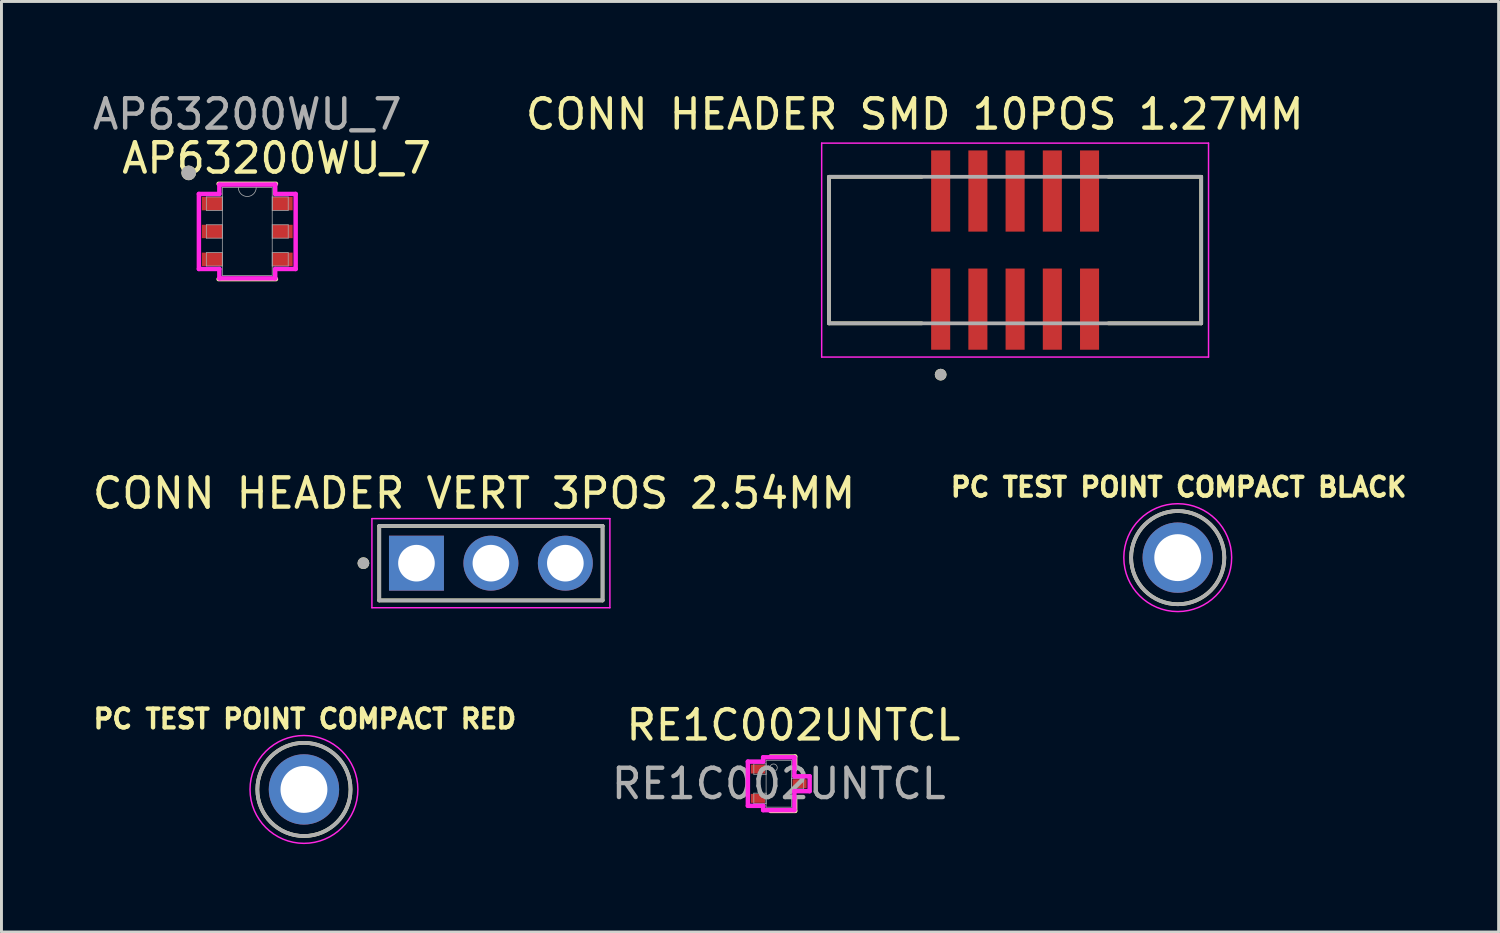
<source format=kicad_pcb>
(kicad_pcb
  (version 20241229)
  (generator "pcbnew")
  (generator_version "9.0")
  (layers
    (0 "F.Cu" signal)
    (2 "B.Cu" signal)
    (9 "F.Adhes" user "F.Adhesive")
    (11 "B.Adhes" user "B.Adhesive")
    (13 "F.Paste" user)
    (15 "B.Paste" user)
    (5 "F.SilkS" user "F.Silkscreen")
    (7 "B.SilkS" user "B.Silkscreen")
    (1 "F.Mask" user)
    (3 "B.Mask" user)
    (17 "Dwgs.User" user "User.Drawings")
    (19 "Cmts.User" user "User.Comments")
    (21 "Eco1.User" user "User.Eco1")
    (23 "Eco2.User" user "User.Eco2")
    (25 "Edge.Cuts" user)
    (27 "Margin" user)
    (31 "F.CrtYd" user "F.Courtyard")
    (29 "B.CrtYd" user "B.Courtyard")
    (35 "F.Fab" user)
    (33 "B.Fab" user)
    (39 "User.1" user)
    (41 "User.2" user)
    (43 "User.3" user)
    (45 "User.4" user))
  (footprint "CONN HEADER VERT 3POS 2.54MM"
    (layer "F.Cu")
    (at 13.7 16.166)
    (property "Reference" "CONN HEADER VERT 3POS 2.54MM" (at -0.575 -2.385 0) (layer "F.SilkS") (effects (font (size 1 1) (thickness 0.15))))
    (attr through_hole)
    (fp_line (start -3.81 -1.27) (end 3.81 -1.27) (stroke (width 0.127) (type solid)) (layer "F.SilkS"))
    (fp_line (start -3.81 1.27) (end -3.81 -1.27) (stroke (width 0.127) (type solid)) (layer "F.SilkS"))
    (fp_line (start 3.81 -1.27) (end 3.81 1.27) (stroke (width 0.127) (type solid)) (layer "F.SilkS"))
    (fp_line (start 3.81 1.27) (end -3.81 1.27) (stroke (width 0.127) (type solid)) (layer "F.SilkS"))
    (fp_circle (center -4.35 0) (end -4.25 0) (stroke (width 0.2) (type solid)) (fill no) (layer "F.SilkS"))
    (fp_line (start -4.06 -1.52) (end 4.06 -1.52) (stroke (width 0.05) (type solid)) (layer "F.CrtYd"))
    (fp_line (start -4.06 1.52) (end -4.06 -1.52) (stroke (width 0.05) (type solid)) (layer "F.CrtYd"))
    (fp_line (start 4.06 -1.52) (end 4.06 1.52) (stroke (width 0.05) (type solid)) (layer "F.CrtYd"))
    (fp_line (start 4.06 1.52) (end -4.06 1.52) (stroke (width 0.05) (type solid)) (layer "F.CrtYd"))
    (fp_line (start -3.81 -1.27) (end 3.81 -1.27) (stroke (width 0.127) (type solid)) (layer "F.Fab"))
    (fp_line (start -3.81 1.27) (end -3.81 -1.27) (stroke (width 0.127) (type solid)) (layer "F.Fab"))
    (fp_line (start 3.81 -1.27) (end 3.81 1.27) (stroke (width 0.127) (type solid)) (layer "F.Fab"))
    (fp_line (start 3.81 1.27) (end -3.81 1.27) (stroke (width 0.127) (type solid)) (layer "F.Fab"))
    (fp_circle (center -4.35 0) (end -4.25 0) (stroke (width 0.2) (type solid)) (fill no) (layer "F.Fab"))
    (pad "1" thru_hole rect (at -2.54 0) (size 1.875 1.875) (drill 1.25) (layers "*.Cu" "*.Mask"))
    (pad "2" thru_hole circle (at 0 0) (size 1.875 1.875) (drill 1.25) (layers "*.Cu" "*.Mask"))
    (pad "3" thru_hole circle (at 2.54 0) (size 1.875 1.875) (drill 1.25) (layers "*.Cu" "*.Mask")))
  (footprint "AP63200WU_7"
    (layer "F.Cu")
    (at 5.387 4.848)
    (property "Reference" "AP63200WU_7" (at 1 -2.5 0) (unlocked yes) (layer "F.SilkS") (effects (font (size 1 1) (thickness 0.15))))
    (attr smd)
    (fp_line (start -0.978 1.626) (end 0.978 1.626) (stroke (width 0.152) (type solid)) (layer "F.SilkS"))
    (fp_line (start 0.978 -1.626) (end -0.978 -1.626) (stroke (width 0.152) (type solid)) (layer "F.SilkS"))
    (fp_circle (center -2 -2) (end -1.875 -2) (stroke (width 0.25) (type solid)) (fill no) (layer "F.SilkS"))
    (fp_line (start -1.651 -1.28) (end -0.953 -1.28) (stroke (width 0.152) (type solid)) (layer "F.CrtYd"))
    (fp_line (start -1.651 1.28) (end -1.651 -1.28) (stroke (width 0.152) (type solid)) (layer "F.CrtYd"))
    (fp_line (start -1.651 1.28) (end -0.953 1.28) (stroke (width 0.152) (type solid)) (layer "F.CrtYd"))
    (fp_line (start -0.953 -1.6) (end 0.953 -1.6) (stroke (width 0.152) (type solid)) (layer "F.CrtYd"))
    (fp_line (start -0.953 -1.28) (end -0.953 -1.6) (stroke (width 0.152) (type solid)) (layer "F.CrtYd"))
    (fp_line (start -0.953 1.6) (end -0.953 1.28) (stroke (width 0.152) (type solid)) (layer "F.CrtYd"))
    (fp_line (start 0.953 -1.6) (end 0.953 -1.28) (stroke (width 0.152) (type solid)) (layer "F.CrtYd"))
    (fp_line (start 0.953 1.28) (end 0.953 1.6) (stroke (width 0.152) (type solid)) (layer "F.CrtYd"))
    (fp_line (start 0.953 1.6) (end -0.953 1.6) (stroke (width 0.152) (type solid)) (layer "F.CrtYd"))
    (fp_line (start 1.651 -1.28) (end 0.953 -1.28) (stroke (width 0.152) (type solid)) (layer "F.CrtYd"))
    (fp_line (start 1.651 -1.28) (end 1.651 1.28) (stroke (width 0.152) (type solid)) (layer "F.CrtYd"))
    (fp_line (start 1.651 1.28) (end 0.953 1.28) (stroke (width 0.152) (type solid)) (layer "F.CrtYd"))
    (fp_line (start -1.397 -1.179) (end -1.397 -0.721) (stroke (width 0.025) (type solid)) (layer "F.Fab"))
    (fp_line (start -1.397 -0.721) (end -0.851 -0.721) (stroke (width 0.025) (type solid)) (layer "F.Fab"))
    (fp_line (start -1.397 -0.229) (end -1.397 0.229) (stroke (width 0.025) (type solid)) (layer "F.Fab"))
    (fp_line (start -1.397 0.229) (end -0.851 0.229) (stroke (width 0.025) (type solid)) (layer "F.Fab"))
    (fp_line (start -1.397 0.721) (end -1.397 1.179) (stroke (width 0.025) (type solid)) (layer "F.Fab"))
    (fp_line (start -1.397 1.179) (end -0.851 1.179) (stroke (width 0.025) (type solid)) (layer "F.Fab"))
    (fp_line (start -0.851 -1.499) (end -0.851 1.499) (stroke (width 0.025) (type solid)) (layer "F.Fab"))
    (fp_line (start -0.851 -1.179) (end -1.397 -1.179) (stroke (width 0.025) (type solid)) (layer "F.Fab"))
    (fp_line (start -0.851 -0.721) (end -0.851 -1.179) (stroke (width 0.025) (type solid)) (layer "F.Fab"))
    (fp_line (start -0.851 -0.229) (end -1.397 -0.229) (stroke (width 0.025) (type solid)) (layer "F.Fab"))
    (fp_line (start -0.851 0.229) (end -0.851 -0.229) (stroke (width 0.025) (type solid)) (layer "F.Fab"))
    (fp_line (start -0.851 0.721) (end -1.397 0.721) (stroke (width 0.025) (type solid)) (layer "F.Fab"))
    (fp_line (start -0.851 1.179) (end -0.851 0.721) (stroke (width 0.025) (type solid)) (layer "F.Fab"))
    (fp_line (start -0.851 1.499) (end 0.851 1.499) (stroke (width 0.025) (type solid)) (layer "F.Fab"))
    (fp_line (start 0.851 -1.499) (end -0.851 -1.499) (stroke (width 0.025) (type solid)) (layer "F.Fab"))
    (fp_line (start 0.851 -1.179) (end 0.851 -0.721) (stroke (width 0.025) (type solid)) (layer "F.Fab"))
    (fp_line (start 0.851 -0.721) (end 1.397 -0.721) (stroke (width 0.025) (type solid)) (layer "F.Fab"))
    (fp_line (start 0.851 -0.229) (end 0.851 0.229) (stroke (width 0.025) (type solid)) (layer "F.Fab"))
    (fp_line (start 0.851 0.229) (end 1.397 0.229) (stroke (width 0.025) (type solid)) (layer "F.Fab"))
    (fp_line (start 0.851 0.721) (end 0.851 1.179) (stroke (width 0.025) (type solid)) (layer "F.Fab"))
    (fp_line (start 0.851 1.179) (end 1.397 1.179) (stroke (width 0.025) (type solid)) (layer "F.Fab"))
    (fp_line (start 0.851 1.499) (end 0.851 -1.499) (stroke (width 0.025) (type solid)) (layer "F.Fab"))
    (fp_line (start 1.397 -1.179) (end 0.851 -1.179) (stroke (width 0.025) (type solid)) (layer "F.Fab"))
    (fp_line (start 1.397 -0.721) (end 1.397 -1.179) (stroke (width 0.025) (type solid)) (layer "F.Fab"))
    (fp_line (start 1.397 -0.229) (end 0.851 -0.229) (stroke (width 0.025) (type solid)) (layer "F.Fab"))
    (fp_line (start 1.397 0.229) (end 1.397 -0.229) (stroke (width 0.025) (type solid)) (layer "F.Fab"))
    (fp_line (start 1.397 0.721) (end 0.851 0.721) (stroke (width 0.025) (type solid)) (layer "F.Fab"))
    (fp_line (start 1.397 1.179) (end 1.397 0.721) (stroke (width 0.025) (type solid)) (layer "F.Fab"))
    (fp_arc (start 0.3048 -1.4986) (mid 0 -1.1938) (end -0.3048 -1.4986) (stroke (width 0.0254) (type solid)) (layer "F.Fab"))
    (fp_circle (center -2 -2) (end -1.875 -2) (stroke (width 0.25) (type solid)) (fill no) (layer "F.Fab"))
    (fp_text user "${REFERENCE}" (at 0 -4 0) (unlocked yes) (layer "F.Fab") (effects (font (size 1 1) (thickness 0.15))))
    (pad "1" smd rect (at -1.2 -0.95) (size 0.699 0.457) (layers "F.Cu" "F.Mask" "F.Paste"))
    (pad "2" smd rect (at -1.2 0) (size 0.699 0.457) (layers "F.Cu" "F.Mask" "F.Paste"))
    (pad "3" smd rect (at -1.2 0.95) (size 0.699 0.457) (layers "F.Cu" "F.Mask" "F.Paste"))
    (pad "4" smd rect (at 1.2 0.95) (size 0.699 0.457) (layers "F.Cu" "F.Mask" "F.Paste"))
    (pad "5" smd rect (at 1.2 0) (size 0.699 0.457) (layers "F.Cu" "F.Mask" "F.Paste"))
    (pad "6" smd rect (at 1.2 -0.95) (size 0.699 0.457) (layers "F.Cu" "F.Mask" "F.Paste")))
  (footprint "PC TEST POINT COMPACT BLACK"
    (layer "F.Cu")
    (at 37.135 15.977)
    (property "Reference" "PC TEST POINT COMPACT BLACK" (at 0.032 -2.406 0) (layer "F.SilkS") (effects (font (size 0.64 0.64) (thickness 0.15))))
    (attr through_hole)
    (fp_circle (center 0 0) (end 1.59 0) (stroke (width 0.127) (type solid)) (fill no) (layer "F.SilkS"))
    (fp_circle (center 0 0) (end 1.84 0) (stroke (width 0.05) (type solid)) (fill no) (layer "F.CrtYd"))
    (fp_circle (center 0 0) (end 1.59 0) (stroke (width 0.127) (type solid)) (fill no) (layer "F.Fab"))
    (pad "TP" thru_hole circle (at 0 0) (size 2.4 2.4) (drill 1.6) (layers "*.Cu" "*.Mask")))
  (footprint "CONN HEADER SMD 10POS 1.27MM"
    (layer "F.Cu")
    (at 31.586 5.483)
    (property "Reference" "CONN HEADER SMD 10POS 1.27MM" (at -3.425 -4.635 0) (layer "F.SilkS") (effects (font (size 1 1) (thickness 0.15))))
    (attr smd)
    (fp_line (start -6.35 -2.5) (end -3.185 -2.5) (stroke (width 0.127) (type solid)) (layer "F.SilkS"))
    (fp_line (start -6.35 2.5) (end -6.35 -2.5) (stroke (width 0.127) (type solid)) (layer "F.SilkS"))
    (fp_line (start -3.185 2.5) (end -6.35 2.5) (stroke (width 0.127) (type solid)) (layer "F.SilkS"))
    (fp_line (start 3.185 -2.5) (end 6.35 -2.5) (stroke (width 0.127) (type solid)) (layer "F.SilkS"))
    (fp_line (start 6.35 -2.5) (end 6.35 2.5) (stroke (width 0.127) (type solid)) (layer "F.SilkS"))
    (fp_line (start 6.35 2.5) (end 3.185 2.5) (stroke (width 0.127) (type solid)) (layer "F.SilkS"))
    (fp_circle (center -2.54 4.25) (end -2.44 4.25) (stroke (width 0.2) (type solid)) (fill no) (layer "F.SilkS"))
    (fp_line (start -6.6 -3.65) (end -6.6 3.65) (stroke (width 0.05) (type solid)) (layer "F.CrtYd"))
    (fp_line (start -6.6 3.65) (end 6.6 3.65) (stroke (width 0.05) (type solid)) (layer "F.CrtYd"))
    (fp_line (start 6.6 -3.65) (end -6.6 -3.65) (stroke (width 0.05) (type solid)) (layer "F.CrtYd"))
    (fp_line (start 6.6 3.65) (end 6.6 -3.65) (stroke (width 0.05) (type solid)) (layer "F.CrtYd"))
    (fp_line (start -6.35 -2.5) (end 6.35 -2.5) (stroke (width 0.127) (type solid)) (layer "F.Fab"))
    (fp_line (start -6.35 2.5) (end -6.35 -2.5) (stroke (width 0.127) (type solid)) (layer "F.Fab"))
    (fp_line (start 6.35 -2.5) (end 6.35 2.5) (stroke (width 0.127) (type solid)) (layer "F.Fab"))
    (fp_line (start 6.35 2.5) (end -6.35 2.5) (stroke (width 0.127) (type solid)) (layer "F.Fab"))
    (fp_circle (center -2.54 4.25) (end -2.44 4.25) (stroke (width 0.2) (type solid)) (fill no) (layer "F.Fab"))
    (pad "1" smd rect (at -2.54 2.015) (size 0.65 2.77) (layers "F.Cu" "F.Mask" "F.Paste"))
    (pad "2" smd rect (at -2.54 -2.015) (size 0.65 2.77) (layers "F.Cu" "F.Mask" "F.Paste"))
    (pad "3" smd rect (at -1.27 2.015) (size 0.65 2.77) (layers "F.Cu" "F.Mask" "F.Paste"))
    (pad "4" smd rect (at -1.27 -2.015) (size 0.65 2.77) (layers "F.Cu" "F.Mask" "F.Paste"))
    (pad "5" smd rect (at 0 2.015) (size 0.65 2.77) (layers "F.Cu" "F.Mask" "F.Paste"))
    (pad "6" smd rect (at 0 -2.015) (size 0.65 2.77) (layers "F.Cu" "F.Mask" "F.Paste"))
    (pad "7" smd rect (at 1.27 2.015) (size 0.65 2.77) (layers "F.Cu" "F.Mask" "F.Paste"))
    (pad "8" smd rect (at 1.27 -2.015) (size 0.65 2.77) (layers "F.Cu" "F.Mask" "F.Paste"))
    (pad "9" smd rect (at 2.54 2.015) (size 0.65 2.77) (layers "F.Cu" "F.Mask" "F.Paste"))
    (pad "10" smd rect (at 2.54 -2.015) (size 0.65 2.77) (layers "F.Cu" "F.Mask" "F.Paste")))
  (footprint "RE1C002UNTCL"
    (layer "F.Cu")
    (at 23.522 23.691)
    (property "Reference" "RE1C002UNTCL" (at 0.5 -2 0) (unlocked yes) (layer "F.SilkS") (effects (font (size 1 1) (thickness 0.15))))
    (attr smd)
    (fp_line (start -0.282 0.927) (end 0.559 0.927) (stroke (width 0.152) (type solid)) (layer "F.SilkS"))
    (fp_line (start 0.559 -0.927) (end -0.282 -0.927) (stroke (width 0.152) (type solid)) (layer "F.SilkS"))
    (fp_line (start 0.559 -0.485) (end 0.559 -0.927) (stroke (width 0.152) (type solid)) (layer "F.SilkS"))
    (fp_line (start 0.559 0.927) (end 0.559 0.485) (stroke (width 0.152) (type solid)) (layer "F.SilkS"))
    (fp_line (start -1.054 -0.754) (end -1.054 0.754) (stroke (width 0.152) (type solid)) (layer "F.CrtYd"))
    (fp_line (start -0.533 -0.902) (end -0.533 -0.754) (stroke (width 0.152) (type solid)) (layer "F.CrtYd"))
    (fp_line (start -0.533 -0.902) (end 0.533 -0.902) (stroke (width 0.152) (type solid)) (layer "F.CrtYd"))
    (fp_line (start -0.533 -0.754) (end -1.054 -0.754) (stroke (width 0.152) (type solid)) (layer "F.CrtYd"))
    (fp_line (start -0.533 0.754) (end -1.054 0.754) (stroke (width 0.152) (type solid)) (layer "F.CrtYd"))
    (fp_line (start -0.533 0.902) (end -0.533 0.754) (stroke (width 0.152) (type solid)) (layer "F.CrtYd"))
    (fp_line (start 0.533 -0.902) (end 0.533 -0.254) (stroke (width 0.152) (type solid)) (layer "F.CrtYd"))
    (fp_line (start 0.533 -0.254) (end 1.054 -0.254) (stroke (width 0.152) (type solid)) (layer "F.CrtYd"))
    (fp_line (start 0.533 0.254) (end 1.054 0.254) (stroke (width 0.152) (type solid)) (layer "F.CrtYd"))
    (fp_line (start 0.533 0.902) (end -0.533 0.902) (stroke (width 0.152) (type solid)) (layer "F.CrtYd"))
    (fp_line (start 0.533 0.902) (end 0.533 0.254) (stroke (width 0.152) (type solid)) (layer "F.CrtYd"))
    (fp_line (start 1.054 -0.254) (end 1.054 0.254) (stroke (width 0.152) (type solid)) (layer "F.CrtYd"))
    (fp_line (start -0.851 -0.678) (end -0.851 -0.322) (stroke (width 0.025) (type solid)) (layer "F.Fab"))
    (fp_line (start -0.851 -0.322) (end -0.432 -0.322) (stroke (width 0.025) (type solid)) (layer "F.Fab"))
    (fp_line (start -0.851 0.322) (end -0.851 0.678) (stroke (width 0.025) (type solid)) (layer "F.Fab"))
    (fp_line (start -0.851 0.678) (end -0.432 0.678) (stroke (width 0.025) (type solid)) (layer "F.Fab"))
    (fp_line (start -0.432 -0.8) (end -0.432 0.8) (stroke (width 0.025) (type solid)) (layer "F.Fab"))
    (fp_line (start -0.432 -0.678) (end -0.851 -0.678) (stroke (width 0.025) (type solid)) (layer "F.Fab"))
    (fp_line (start -0.432 -0.322) (end -0.432 -0.678) (stroke (width 0.025) (type solid)) (layer "F.Fab"))
    (fp_line (start -0.432 0.322) (end -0.851 0.322) (stroke (width 0.025) (type solid)) (layer "F.Fab"))
    (fp_line (start -0.432 0.678) (end -0.432 0.322) (stroke (width 0.025) (type solid)) (layer "F.Fab"))
    (fp_line (start -0.432 0.8) (end 0.432 0.8) (stroke (width 0.025) (type solid)) (layer "F.Fab"))
    (fp_line (start 0.432 -0.8) (end -0.432 -0.8) (stroke (width 0.025) (type solid)) (layer "F.Fab"))
    (fp_line (start 0.432 -0.178) (end 0.432 0.178) (stroke (width 0.025) (type solid)) (layer "F.Fab"))
    (fp_line (start 0.432 0.178) (end 0.851 0.178) (stroke (width 0.025) (type solid)) (layer "F.Fab"))
    (fp_line (start 0.432 0.8) (end 0.432 -0.8) (stroke (width 0.025) (type solid)) (layer "F.Fab"))
    (fp_line (start 0.851 -0.178) (end 0.432 -0.178) (stroke (width 0.025) (type solid)) (layer "F.Fab"))
    (fp_line (start 0.851 0.178) (end 0.851 -0.178) (stroke (width 0.025) (type solid)) (layer "F.Fab"))
    (fp_circle (center -0.178 -0.546) (end -0.178 -0.419) (stroke (width 0.025) (type solid)) (fill no) (layer "F.Fab"))
    (fp_text user "${REFERENCE}" (at 0 0 0) (unlocked yes) (layer "F.Fab") (effects (font (size 1 1) (thickness 0.15))))
    (pad "1" smd rect (at -0.711 -0.5 270) (size 0.305 0.483) (layers "F.Cu" "F.Mask" "F.Paste"))
    (pad "2" smd rect (at -0.711 0.5 270) (size 0.305 0.483) (layers "F.Cu" "F.Mask" "F.Paste"))
    (pad "3" smd rect (at 0.711 0 270) (size 0.305 0.483) (layers "F.Cu" "F.Mask" "F.Paste")))
  (footprint "PC TEST POINT COMPACT RED"
    (layer "F.Cu")
    (at 7.321 23.886)
    (property "Reference" "PC TEST POINT COMPACT RED" (at 0.032 -2.406 0) (layer "F.SilkS") (effects (font (size 0.64 0.64) (thickness 0.15))))
    (attr through_hole)
    (fp_circle (center 0 0) (end 1.59 0) (stroke (width 0.127) (type solid)) (fill no) (layer "F.SilkS"))
    (fp_circle (center 0 0) (end 1.84 0) (stroke (width 0.05) (type solid)) (fill no) (layer "F.CrtYd"))
    (fp_circle (center 0 0) (end 1.59 0) (stroke (width 0.127) (type solid)) (fill no) (layer "F.Fab"))
    (pad "TP" thru_hole circle (at 0 0) (size 2.4 2.4) (drill 1.6) (layers "*.Cu" "*.Mask")))
  (gr_rect
    (start -3 -3)
    (end 48.084 28.751)
    (stroke (width 0.1) (type default))
    (fill no)
    (layer "Edge.Cuts")))
</source>
